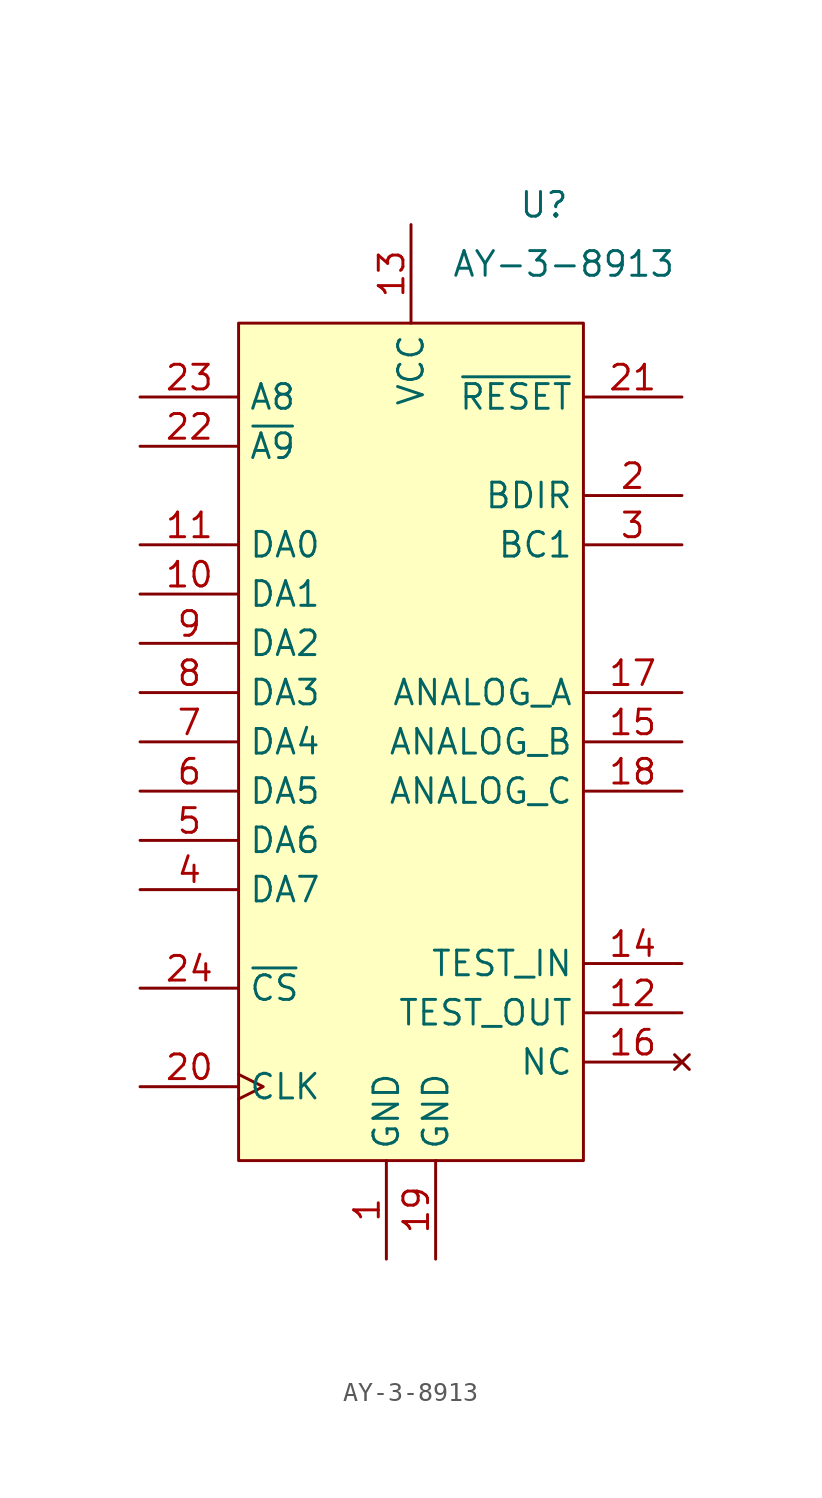
<source format=kicad_sym>
(kicad_symbol_lib
  (version 20231120)
  (generator "kicad_symbol_editor")
  (generator_version "8.0")
  (symbol "AY-3-8913"
    (property "Reference" "U"
      (at 6.858 27.686 0)
      (effects (font (size 1.27 1.27))))
    (property "Value" "AY-3-8913"
      (at 7.874 24.638 0)
      (effects (font (size 1.27 1.27))))
    (symbol "AY-3-8913_1_1"
      (rectangle (start -8.89 21.59) (end 8.89 -21.59) (stroke (width 0) (type default)) (fill (type background)))
      (pin power_in line (at -1.27 -26.67 90) (length 5.08) (name "GND" (effects (font (size 1.27 1.27)))) (number "1" (effects (font (size 1.27 1.27)))))
      (pin input line (at -13.97 7.62 0) (length 5.08) (name "DA1" (effects (font (size 1.27 1.27)))) (number "10" (effects (font (size 1.27 1.27)))))
      (pin input line (at -13.97 10.16 0) (length 5.08) (name "DA0" (effects (font (size 1.27 1.27)))) (number "11" (effects (font (size 1.27 1.27)))))
      (pin output line (at 13.97 -13.97 180) (length 5.08) (name "TEST_OUT" (effects (font (size 1.27 1.27)))) (number "12" (effects (font (size 1.27 1.27)))))
      (pin power_in line (at 0 26.67 270) (length 5.08) (name "VCC" (effects (font (size 1.27 1.27)))) (number "13" (effects (font (size 1.27 1.27)))))
      (pin input line (at 13.97 -11.43 180) (length 5.08) (name "TEST_IN" (effects (font (size 1.27 1.27)))) (number "14" (effects (font (size 1.27 1.27)))))
      (pin output line (at 13.97 0 180) (length 5.08) (name "ANALOG_B" (effects (font (size 1.27 1.27)))) (number "15" (effects (font (size 1.27 1.27)))))
      (pin no_connect line (at 13.97 -16.51 180) (length 5.08) (name "NC" (effects (font (size 1.27 1.27)))) (number "16" (effects (font (size 1.27 1.27)))))
      (pin output line (at 13.97 2.54 180) (length 5.08) (name "ANALOG_A" (effects (font (size 1.27 1.27)))) (number "17" (effects (font (size 1.27 1.27)))))
      (pin output line (at 13.97 -2.54 180) (length 5.08) (name "ANALOG_C" (effects (font (size 1.27 1.27)))) (number "18" (effects (font (size 1.27 1.27)))))
      (pin power_in line (at 1.27 -26.67 90) (length 5.08) (name "GND" (effects (font (size 1.27 1.27)))) (number "19" (effects (font (size 1.27 1.27)))))
      (pin input line (at 13.97 12.7 180) (length 5.08) (name "BDIR" (effects (font (size 1.27 1.27)))) (number "2" (effects (font (size 1.27 1.27)))))
      (pin input clock (at -13.97 -17.78 0) (length 5.08) (name "CLK" (effects (font (size 1.27 1.27)))) (number "20" (effects (font (size 1.27 1.27)))))
      (pin input line (at 13.97 17.78 180) (length 5.08) (name "~{RESET}" (effects (font (size 1.27 1.27)))) (number "21" (effects (font (size 1.27 1.27)))))
      (pin input line (at -13.97 15.24 0) (length 5.08) (name "~{A9}" (effects (font (size 1.27 1.27)))) (number "22" (effects (font (size 1.27 1.27)))))
      (pin input line (at -13.97 17.78 0) (length 5.08) (name "A8" (effects (font (size 1.27 1.27)))) (number "23" (effects (font (size 1.27 1.27)))))
      (pin input line (at -13.97 -12.7 0) (length 5.08) (name "~{CS}" (effects (font (size 1.27 1.27)))) (number "24" (effects (font (size 1.27 1.27)))))
      (pin input line (at 13.97 10.16 180) (length 5.08) (name "BC1" (effects (font (size 1.27 1.27)))) (number "3" (effects (font (size 1.27 1.27)))))
      (pin input line (at -13.97 -7.62 0) (length 5.08) (name "DA7" (effects (font (size 1.27 1.27)))) (number "4" (effects (font (size 1.27 1.27)))))
      (pin input line (at -13.97 -5.08 0) (length 5.08) (name "DA6" (effects (font (size 1.27 1.27)))) (number "5" (effects (font (size 1.27 1.27)))))
      (pin input line (at -13.97 -2.54 0) (length 5.08) (name "DA5" (effects (font (size 1.27 1.27)))) (number "6" (effects (font (size 1.27 1.27)))))
      (pin input line (at -13.97 0 0) (length 5.08) (name "DA4" (effects (font (size 1.27 1.27)))) (number "7" (effects (font (size 1.27 1.27)))))
      (pin input line (at -13.97 2.54 0) (length 5.08) (name "DA3" (effects (font (size 1.27 1.27)))) (number "8" (effects (font (size 1.27 1.27)))))
      (pin input line (at -13.97 5.08 0) (length 5.08) (name "DA2" (effects (font (size 1.27 1.27)))) (number "9" (effects (font (size 1.27 1.27))))))))
</source>
